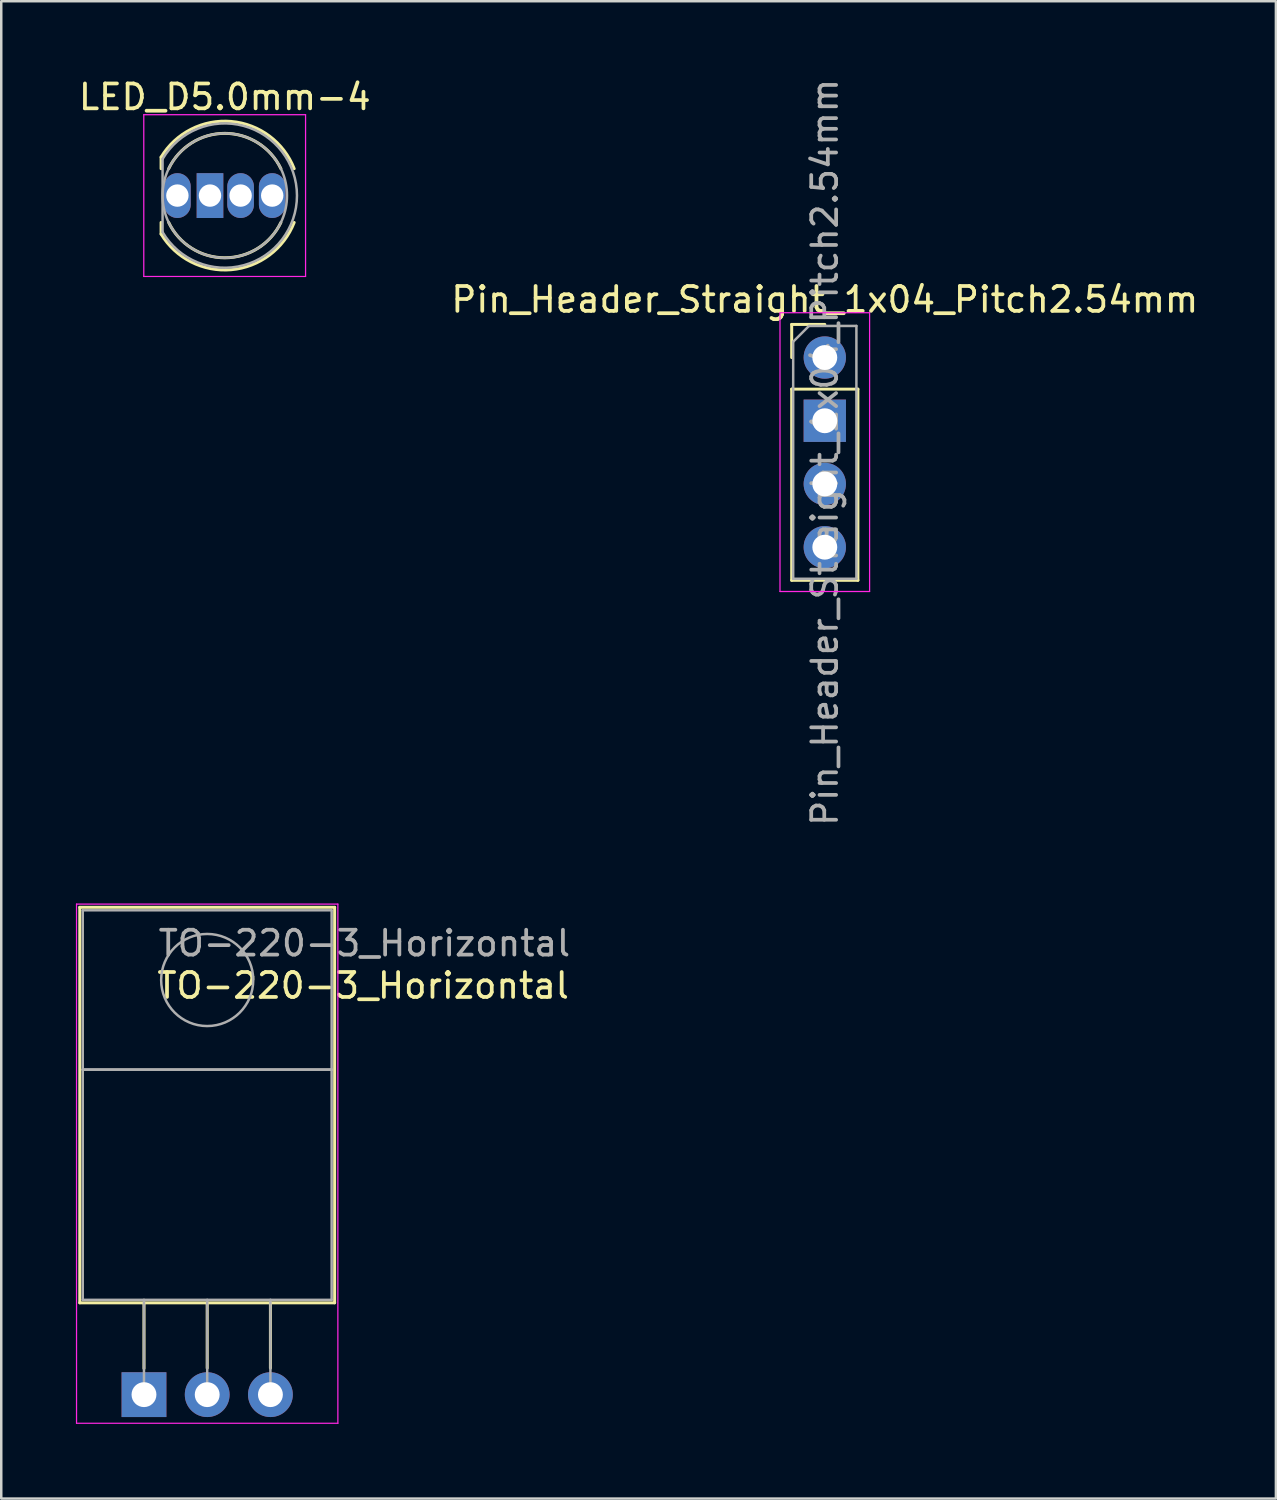
<source format=kicad_pcb>
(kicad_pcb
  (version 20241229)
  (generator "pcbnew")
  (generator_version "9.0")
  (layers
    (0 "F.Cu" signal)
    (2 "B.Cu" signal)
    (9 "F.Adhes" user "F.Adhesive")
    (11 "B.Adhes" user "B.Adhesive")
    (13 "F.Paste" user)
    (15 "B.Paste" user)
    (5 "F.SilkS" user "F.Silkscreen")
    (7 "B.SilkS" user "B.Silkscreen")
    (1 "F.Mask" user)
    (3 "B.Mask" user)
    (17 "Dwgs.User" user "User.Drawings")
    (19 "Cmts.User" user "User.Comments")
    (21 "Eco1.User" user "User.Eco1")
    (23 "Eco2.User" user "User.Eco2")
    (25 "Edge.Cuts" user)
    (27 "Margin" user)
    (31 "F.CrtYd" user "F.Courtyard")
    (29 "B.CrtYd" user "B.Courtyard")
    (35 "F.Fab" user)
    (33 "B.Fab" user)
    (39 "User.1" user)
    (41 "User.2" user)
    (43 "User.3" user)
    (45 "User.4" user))
  (footprint "TO-220-3_Horizontal"
    (layer "F.Cu")
    (at 2.735 52.985)
    (property "Reference" "TO-220-3_Horizontal" (at 8.806 -16.435 0) (layer "F.SilkS") (effects (font (size 1 1) (thickness 0.15))))
    (attr through_hole)
    (fp_line (start -2.58 -19.58) (end -2.58 -3.69) (stroke (width 0.12) (type solid)) (layer "F.SilkS"))
    (fp_line (start -2.58 -19.58) (end 7.66 -19.58) (stroke (width 0.12) (type solid)) (layer "F.SilkS"))
    (fp_line (start -2.58 -3.69) (end 7.66 -3.69) (stroke (width 0.12) (type solid)) (layer "F.SilkS"))
    (fp_line (start 0 -3.69) (end 0 -1.05) (stroke (width 0.12) (type solid)) (layer "F.SilkS"))
    (fp_line (start 2.54 -3.69) (end 2.54 -1.066) (stroke (width 0.12) (type solid)) (layer "F.SilkS"))
    (fp_line (start 5.08 -3.69) (end 5.08 -1.066) (stroke (width 0.12) (type solid)) (layer "F.SilkS"))
    (fp_line (start 7.66 -19.58) (end 7.66 -3.69) (stroke (width 0.12) (type solid)) (layer "F.SilkS"))
    (fp_line (start -2.71 -19.71) (end -2.71 1.15) (stroke (width 0.05) (type solid)) (layer "F.CrtYd"))
    (fp_line (start -2.71 1.15) (end 7.79 1.15) (stroke (width 0.05) (type solid)) (layer "F.CrtYd"))
    (fp_line (start 7.79 -19.71) (end -2.71 -19.71) (stroke (width 0.05) (type solid)) (layer "F.CrtYd"))
    (fp_line (start 7.79 1.15) (end 7.79 -19.71) (stroke (width 0.05) (type solid)) (layer "F.CrtYd"))
    (fp_line (start -2.46 -19.46) (end 7.54 -19.46) (stroke (width 0.1) (type solid)) (layer "F.Fab"))
    (fp_line (start -2.46 -13.06) (end -2.46 -19.46) (stroke (width 0.1) (type solid)) (layer "F.Fab"))
    (fp_line (start -2.46 -13.06) (end 7.54 -13.06) (stroke (width 0.1) (type solid)) (layer "F.Fab"))
    (fp_line (start -2.46 -3.81) (end -2.46 -13.06) (stroke (width 0.1) (type solid)) (layer "F.Fab"))
    (fp_line (start 0 -3.81) (end 0 0) (stroke (width 0.1) (type solid)) (layer "F.Fab"))
    (fp_line (start 2.54 -3.81) (end 2.54 0) (stroke (width 0.1) (type solid)) (layer "F.Fab"))
    (fp_line (start 5.08 -3.81) (end 5.08 0) (stroke (width 0.1) (type solid)) (layer "F.Fab"))
    (fp_line (start 7.54 -19.46) (end 7.54 -13.06) (stroke (width 0.1) (type solid)) (layer "F.Fab"))
    (fp_line (start 7.54 -13.06) (end -2.46 -13.06) (stroke (width 0.1) (type solid)) (layer "F.Fab"))
    (fp_line (start 7.54 -13.06) (end 7.54 -3.81) (stroke (width 0.1) (type solid)) (layer "F.Fab"))
    (fp_line (start 7.54 -3.81) (end -2.46 -3.81) (stroke (width 0.1) (type solid)) (layer "F.Fab"))
    (fp_circle (center 2.54 -16.66) (end 4.39 -16.66) (stroke (width 0.1) (type solid)) (fill no) (layer "F.Fab"))
    (fp_text user "${REFERENCE}" (at 8.856 -18.135 180) (layer "F.Fab") (effects (font (size 1 1) (thickness 0.15))))
    (pad "1" thru_hole rect (at 0 0) (size 1.8 1.8) (drill 1) (layers "*.Cu" "*.Mask"))
    (pad "2" thru_hole oval (at 2.54 0) (size 1.8 1.8) (drill 1) (layers "*.Cu" "*.Mask"))
    (pad "3" thru_hole oval (at 5.08 0) (size 1.8 1.8) (drill 1) (layers "*.Cu" "*.Mask")))
  (footprint "Pin_Header_Straight_1x04_Pitch2.54mm"
    (layer "F.Cu")
    (at 30.089 11.315)
    (property "Reference" "Pin_Header_Straight_1x04_Pitch2.54mm" (at 0 -2.33 0) (layer "F.SilkS") (effects (font (size 1 1) (thickness 0.15))))
    (attr through_hole)
    (fp_line (start -1.33 -1.33) (end 0 -1.33) (stroke (width 0.12) (type solid)) (layer "F.SilkS"))
    (fp_line (start -1.33 0) (end -1.33 -1.33) (stroke (width 0.12) (type solid)) (layer "F.SilkS"))
    (fp_line (start -1.33 1.27) (end -1.33 8.95) (stroke (width 0.12) (type solid)) (layer "F.SilkS"))
    (fp_line (start -1.33 1.27) (end 1.33 1.27) (stroke (width 0.12) (type solid)) (layer "F.SilkS"))
    (fp_line (start -1.33 8.95) (end 1.33 8.95) (stroke (width 0.12) (type solid)) (layer "F.SilkS"))
    (fp_line (start 1.33 1.27) (end 1.33 8.95) (stroke (width 0.12) (type solid)) (layer "F.SilkS"))
    (fp_line (start -1.8 -1.8) (end -1.8 9.4) (stroke (width 0.05) (type solid)) (layer "F.CrtYd"))
    (fp_line (start -1.8 9.4) (end 1.8 9.4) (stroke (width 0.05) (type solid)) (layer "F.CrtYd"))
    (fp_line (start 1.8 -1.8) (end -1.8 -1.8) (stroke (width 0.05) (type solid)) (layer "F.CrtYd"))
    (fp_line (start 1.8 9.4) (end 1.8 -1.8) (stroke (width 0.05) (type solid)) (layer "F.CrtYd"))
    (fp_line (start -1.27 -0.635) (end -0.635 -1.27) (stroke (width 0.1) (type solid)) (layer "F.Fab"))
    (fp_line (start -1.27 8.89) (end -1.27 -0.635) (stroke (width 0.1) (type solid)) (layer "F.Fab"))
    (fp_line (start -0.635 -1.27) (end 1.27 -1.27) (stroke (width 0.1) (type solid)) (layer "F.Fab"))
    (fp_line (start 1.27 -1.27) (end 1.27 8.89) (stroke (width 0.1) (type solid)) (layer "F.Fab"))
    (fp_line (start 1.27 8.89) (end -1.27 8.89) (stroke (width 0.1) (type solid)) (layer "F.Fab"))
    (fp_text user "${REFERENCE}" (at 0 3.81 90) (layer "F.Fab") (effects (font (size 1 1) (thickness 0.15))))
    (pad "1" thru_hole rect (at 0 2.54) (size 1.7 1.7) (drill 1) (layers "*.Cu" "*.Mask"))
    (pad "2" thru_hole oval (at 0 0) (size 1.7 1.7) (drill 1) (layers "*.Cu" "*.Mask"))
    (pad "3" thru_hole oval (at 0 5.08) (size 1.7 1.7) (drill 1) (layers "*.Cu" "*.Mask"))
    (pad "4" thru_hole oval (at 0 7.62) (size 1.7 1.7) (drill 1) (layers "*.Cu" "*.Mask")))
  (footprint "LED_D5.0mm-4"
    (layer "F.Cu")
    (at 4.077 4.808)
    (property "Reference" "LED_D5.0mm-4" (at 1.905 -3.96 0) (layer "F.SilkS") (effects (font (size 1 1) (thickness 0.15))))
    (attr through_hole)
    (fp_line (start -0.655 -1.545) (end -0.655 -1.08) (stroke (width 0.12) (type solid)) (layer "F.SilkS"))
    (fp_line (start -0.655 1.08) (end -0.655 1.545) (stroke (width 0.12) (type solid)) (layer "F.SilkS"))
    (fp_arc (start -0.655 -1.54483) (mid 2.163456 -2.978809) (end 4.692815 -1.080827) (stroke (width 0.12) (type solid)) (layer "F.SilkS"))
    (fp_arc (start -0.349684 -1.08) (mid 1.904762 -2.5) (end 4.159479 -1.080429) (stroke (width 0.12) (type solid)) (layer "F.SilkS"))
    (fp_arc (start 4.159479 1.080429) (mid 1.904762 2.5) (end -0.349684 1.08) (stroke (width 0.12) (type solid)) (layer "F.SilkS"))
    (fp_arc (start 4.692815 1.080827) (mid 2.163456 2.978808) (end -0.655 1.54483) (stroke (width 0.12) (type solid)) (layer "F.SilkS"))
    (fp_line (start -1.35 -3.25) (end -1.35 3.25) (stroke (width 0.05) (type solid)) (layer "F.CrtYd"))
    (fp_line (start -1.35 3.25) (end 5.15 3.25) (stroke (width 0.05) (type solid)) (layer "F.CrtYd"))
    (fp_line (start 5.15 -3.25) (end -1.35 -3.25) (stroke (width 0.05) (type solid)) (layer "F.CrtYd"))
    (fp_line (start 5.15 3.25) (end 5.15 -3.25) (stroke (width 0.05) (type solid)) (layer "F.CrtYd"))
    (fp_line (start -0.595 -1.47) (end -0.595 1.47) (stroke (width 0.1) (type solid)) (layer "F.Fab"))
    (fp_arc (start -0.595 -1.469694) (mid 4.805 0.000016) (end -0.595016 1.469666) (stroke (width 0.1) (type solid)) (layer "F.Fab"))
    (fp_circle (center 1.905 0) (end 4.405 0) (stroke (width 0.1) (type solid)) (fill no) (layer "F.Fab"))
    (pad "1" thru_hole rect (at 1.31 0) (size 1.07 1.8) (drill 0.9) (layers "*.Cu" "*.Mask"))
    (pad "2" thru_hole oval (at 0 0) (size 1.07 1.8) (drill 0.9) (layers "*.Cu" "*.Mask"))
    (pad "3" thru_hole oval (at 2.54 0) (size 1.07 1.8) (drill 0.9) (layers "*.Cu" "*.Mask"))
    (pad "4" thru_hole oval (at 3.81 0) (size 1.07 1.8) (drill 0.9) (layers "*.Cu" "*.Mask")))
  (gr_rect
    (start -3 -3)
    (end 48.214 57.16)
    (stroke (width 0.1) (type default))
    (fill no)
    (layer "Edge.Cuts")))
</source>
